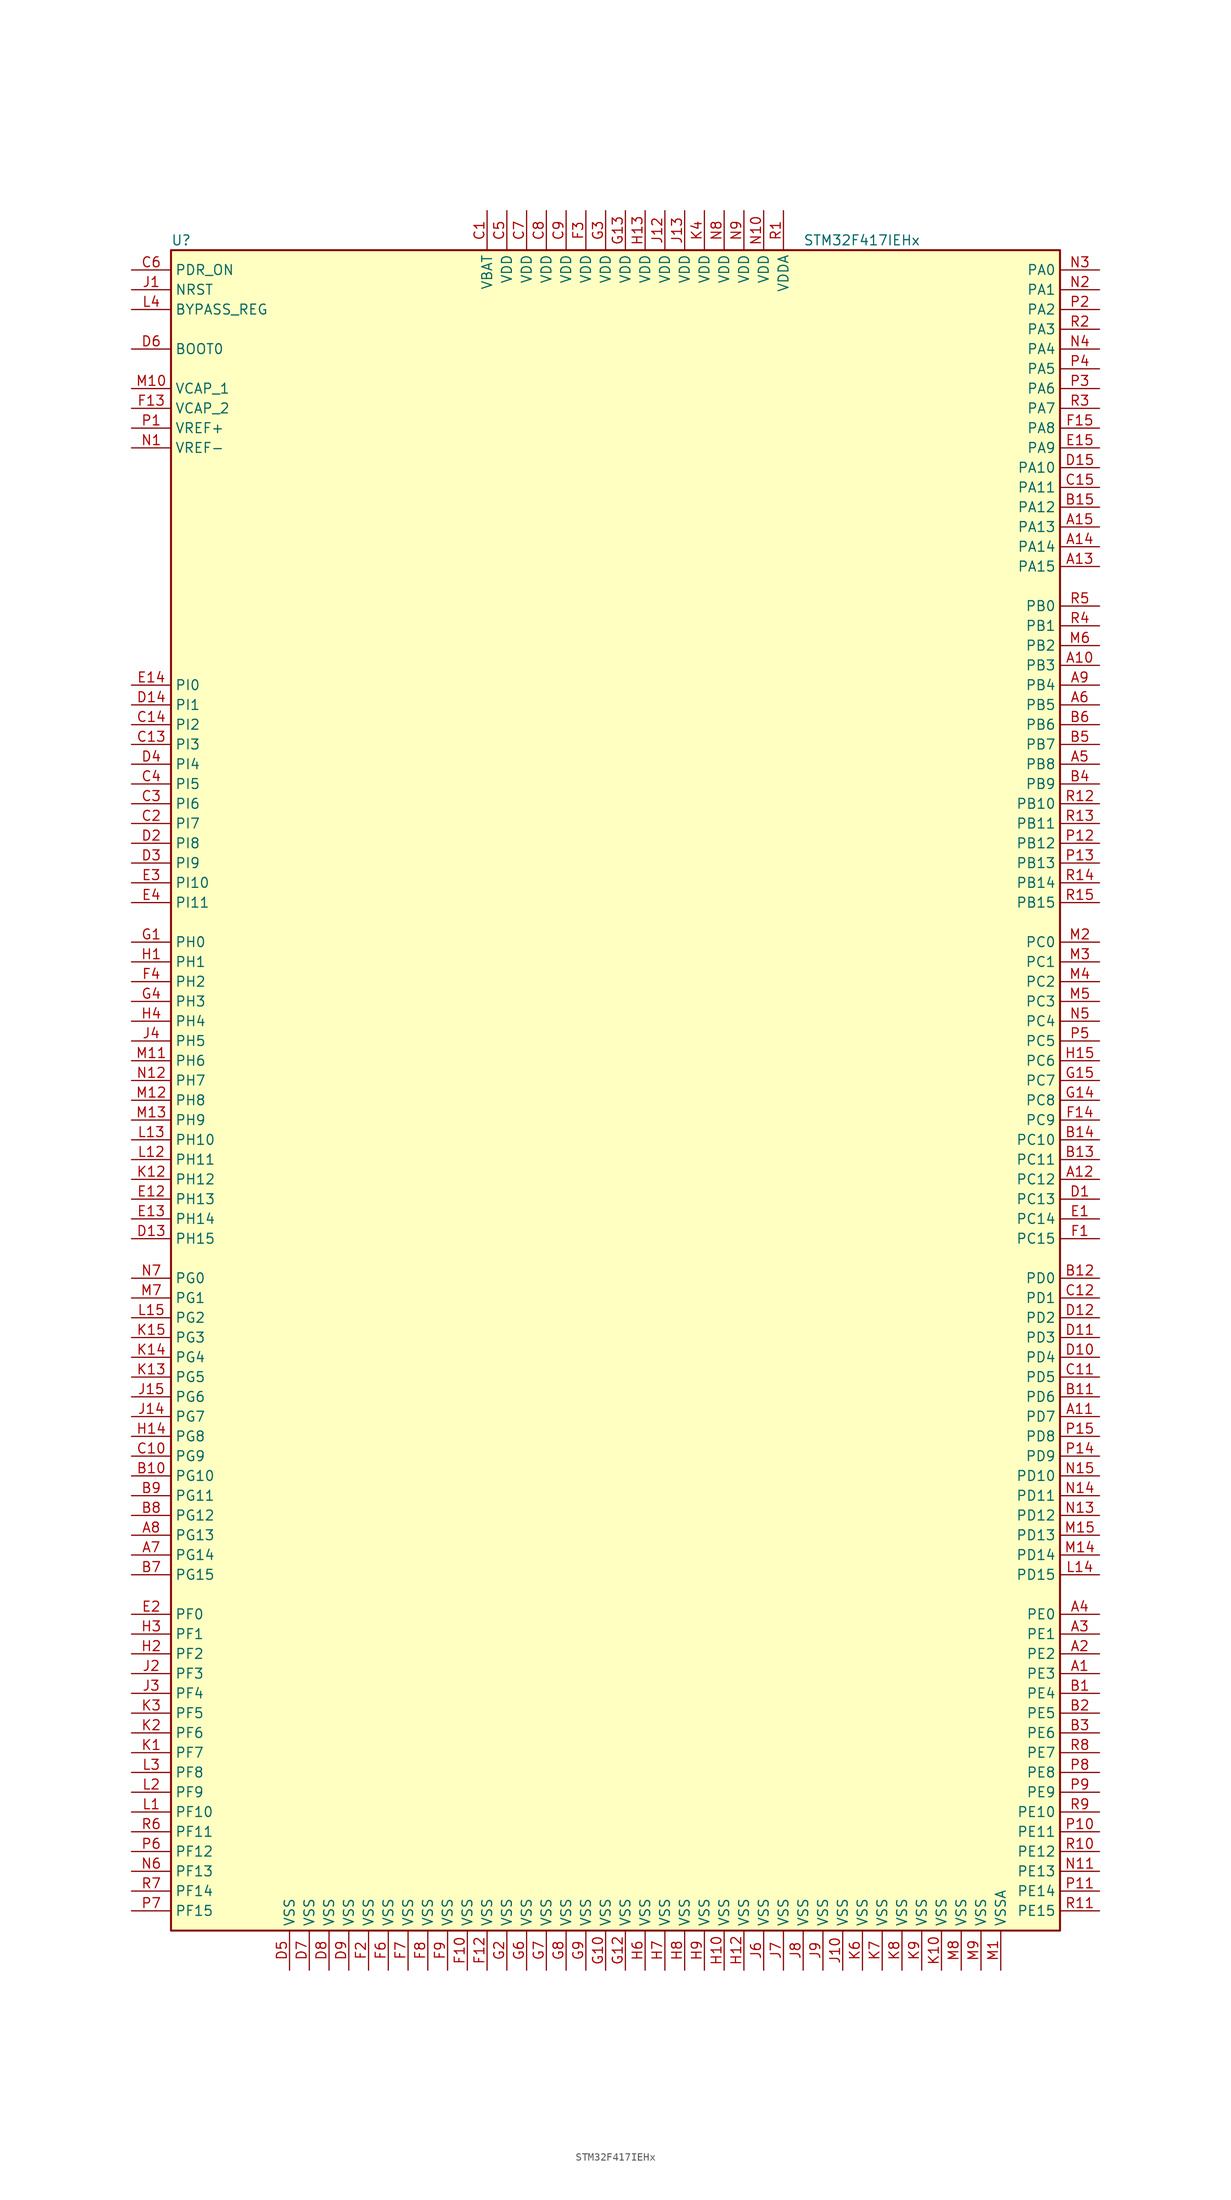
<source format=kicad_sym>
(kicad_symbol_lib
  (version 20220914)
  (generator kicad_symbol_editor)
  (symbol "STM32F417IEHx"
    (property "Reference" "U"
      (at -58.42 107.95 0)
      (effects (font (size 1.27 1.27)) (justify left)))
    (property "Value" "STM32F417IEHx"
      (at 22.86 107.95 0)
      (effects (font (size 1.27 1.27)) (justify left)))
    (symbol "STM32F417IEHx_0_1"
      (rectangle (start -58.42 -109.22) (end 55.88 106.68) (stroke (width 0.254) (type default)) (fill (type background))))
    (symbol "STM32F417IEHx_1_1"
      (pin bidirectional line (at 60.96 -76.2 180) (length 5.08) (name "PE3" (effects (font (size 1.27 1.27)))) (number "A1" (effects (font (size 1.27 1.27)))))
      (pin bidirectional line (at 60.96 53.34 180) (length 5.08) (name "PB3" (effects (font (size 1.27 1.27)))) (number "A10" (effects (font (size 1.27 1.27)))))
      (pin bidirectional line (at 60.96 -43.18 180) (length 5.08) (name "PD7" (effects (font (size 1.27 1.27)))) (number "A11" (effects (font (size 1.27 1.27)))))
      (pin bidirectional line (at 60.96 -12.7 180) (length 5.08) (name "PC12" (effects (font (size 1.27 1.27)))) (number "A12" (effects (font (size 1.27 1.27)))))
      (pin bidirectional line (at 60.96 66.04 180) (length 5.08) (name "PA15" (effects (font (size 1.27 1.27)))) (number "A13" (effects (font (size 1.27 1.27)))))
      (pin bidirectional line (at 60.96 68.58 180) (length 5.08) (name "PA14" (effects (font (size 1.27 1.27)))) (number "A14" (effects (font (size 1.27 1.27)))))
      (pin bidirectional line (at 60.96 71.12 180) (length 5.08) (name "PA13" (effects (font (size 1.27 1.27)))) (number "A15" (effects (font (size 1.27 1.27)))))
      (pin bidirectional line (at 60.96 -73.66 180) (length 5.08) (name "PE2" (effects (font (size 1.27 1.27)))) (number "A2" (effects (font (size 1.27 1.27)))))
      (pin bidirectional line (at 60.96 -71.12 180) (length 5.08) (name "PE1" (effects (font (size 1.27 1.27)))) (number "A3" (effects (font (size 1.27 1.27)))))
      (pin bidirectional line (at 60.96 -68.58 180) (length 5.08) (name "PE0" (effects (font (size 1.27 1.27)))) (number "A4" (effects (font (size 1.27 1.27)))))
      (pin bidirectional line (at 60.96 40.64 180) (length 5.08) (name "PB8" (effects (font (size 1.27 1.27)))) (number "A5" (effects (font (size 1.27 1.27)))))
      (pin bidirectional line (at 60.96 48.26 180) (length 5.08) (name "PB5" (effects (font (size 1.27 1.27)))) (number "A6" (effects (font (size 1.27 1.27)))))
      (pin bidirectional line (at -63.5 -60.96 0) (length 5.08) (name "PG14" (effects (font (size 1.27 1.27)))) (number "A7" (effects (font (size 1.27 1.27)))))
      (pin bidirectional line (at -63.5 -58.42 0) (length 5.08) (name "PG13" (effects (font (size 1.27 1.27)))) (number "A8" (effects (font (size 1.27 1.27)))))
      (pin bidirectional line (at 60.96 50.8 180) (length 5.08) (name "PB4" (effects (font (size 1.27 1.27)))) (number "A9" (effects (font (size 1.27 1.27)))))
      (pin bidirectional line (at 60.96 -78.74 180) (length 5.08) (name "PE4" (effects (font (size 1.27 1.27)))) (number "B1" (effects (font (size 1.27 1.27)))))
      (pin bidirectional line (at -63.5 -50.8 0) (length 5.08) (name "PG10" (effects (font (size 1.27 1.27)))) (number "B10" (effects (font (size 1.27 1.27)))))
      (pin bidirectional line (at 60.96 -40.64 180) (length 5.08) (name "PD6" (effects (font (size 1.27 1.27)))) (number "B11" (effects (font (size 1.27 1.27)))))
      (pin bidirectional line (at 60.96 -25.4 180) (length 5.08) (name "PD0" (effects (font (size 1.27 1.27)))) (number "B12" (effects (font (size 1.27 1.27)))))
      (pin bidirectional line (at 60.96 -10.16 180) (length 5.08) (name "PC11" (effects (font (size 1.27 1.27)))) (number "B13" (effects (font (size 1.27 1.27)))))
      (pin bidirectional line (at 60.96 -7.62 180) (length 5.08) (name "PC10" (effects (font (size 1.27 1.27)))) (number "B14" (effects (font (size 1.27 1.27)))))
      (pin bidirectional line (at 60.96 73.66 180) (length 5.08) (name "PA12" (effects (font (size 1.27 1.27)))) (number "B15" (effects (font (size 1.27 1.27)))))
      (pin bidirectional line (at 60.96 -81.28 180) (length 5.08) (name "PE5" (effects (font (size 1.27 1.27)))) (number "B2" (effects (font (size 1.27 1.27)))))
      (pin bidirectional line (at 60.96 -83.82 180) (length 5.08) (name "PE6" (effects (font (size 1.27 1.27)))) (number "B3" (effects (font (size 1.27 1.27)))))
      (pin bidirectional line (at 60.96 38.1 180) (length 5.08) (name "PB9" (effects (font (size 1.27 1.27)))) (number "B4" (effects (font (size 1.27 1.27)))))
      (pin bidirectional line (at 60.96 43.18 180) (length 5.08) (name "PB7" (effects (font (size 1.27 1.27)))) (number "B5" (effects (font (size 1.27 1.27)))))
      (pin bidirectional line (at 60.96 45.72 180) (length 5.08) (name "PB6" (effects (font (size 1.27 1.27)))) (number "B6" (effects (font (size 1.27 1.27)))))
      (pin bidirectional line (at -63.5 -63.5 0) (length 5.08) (name "PG15" (effects (font (size 1.27 1.27)))) (number "B7" (effects (font (size 1.27 1.27)))))
      (pin bidirectional line (at -63.5 -55.88 0) (length 5.08) (name "PG12" (effects (font (size 1.27 1.27)))) (number "B8" (effects (font (size 1.27 1.27)))))
      (pin bidirectional line (at -63.5 -53.34 0) (length 5.08) (name "PG11" (effects (font (size 1.27 1.27)))) (number "B9" (effects (font (size 1.27 1.27)))))
      (pin power_in line (at -17.78 111.76 270) (length 5.08) (name "VBAT" (effects (font (size 1.27 1.27)))) (number "C1" (effects (font (size 1.27 1.27)))))
      (pin bidirectional line (at -63.5 -48.26 0) (length 5.08) (name "PG9" (effects (font (size 1.27 1.27)))) (number "C10" (effects (font (size 1.27 1.27)))))
      (pin bidirectional line (at 60.96 -38.1 180) (length 5.08) (name "PD5" (effects (font (size 1.27 1.27)))) (number "C11" (effects (font (size 1.27 1.27)))))
      (pin bidirectional line (at 60.96 -27.94 180) (length 5.08) (name "PD1" (effects (font (size 1.27 1.27)))) (number "C12" (effects (font (size 1.27 1.27)))))
      (pin bidirectional line (at -63.5 43.18 0) (length 5.08) (name "PI3" (effects (font (size 1.27 1.27)))) (number "C13" (effects (font (size 1.27 1.27)))))
      (pin bidirectional line (at -63.5 45.72 0) (length 5.08) (name "PI2" (effects (font (size 1.27 1.27)))) (number "C14" (effects (font (size 1.27 1.27)))))
      (pin bidirectional line (at 60.96 76.2 180) (length 5.08) (name "PA11" (effects (font (size 1.27 1.27)))) (number "C15" (effects (font (size 1.27 1.27)))))
      (pin bidirectional line (at -63.5 33.02 0) (length 5.08) (name "PI7" (effects (font (size 1.27 1.27)))) (number "C2" (effects (font (size 1.27 1.27)))))
      (pin bidirectional line (at -63.5 35.56 0) (length 5.08) (name "PI6" (effects (font (size 1.27 1.27)))) (number "C3" (effects (font (size 1.27 1.27)))))
      (pin bidirectional line (at -63.5 38.1 0) (length 5.08) (name "PI5" (effects (font (size 1.27 1.27)))) (number "C4" (effects (font (size 1.27 1.27)))))
      (pin power_in line (at -15.24 111.76 270) (length 5.08) (name "VDD" (effects (font (size 1.27 1.27)))) (number "C5" (effects (font (size 1.27 1.27)))))
      (pin input line (at -63.5 104.14 0) (length 5.08) (name "PDR_ON" (effects (font (size 1.27 1.27)))) (number "C6" (effects (font (size 1.27 1.27)))))
      (pin power_in line (at -12.7 111.76 270) (length 5.08) (name "VDD" (effects (font (size 1.27 1.27)))) (number "C7" (effects (font (size 1.27 1.27)))))
      (pin power_in line (at -10.16 111.76 270) (length 5.08) (name "VDD" (effects (font (size 1.27 1.27)))) (number "C8" (effects (font (size 1.27 1.27)))))
      (pin power_in line (at -7.62 111.76 270) (length 5.08) (name "VDD" (effects (font (size 1.27 1.27)))) (number "C9" (effects (font (size 1.27 1.27)))))
      (pin bidirectional line (at 60.96 -15.24 180) (length 5.08) (name "PC13" (effects (font (size 1.27 1.27)))) (number "D1" (effects (font (size 1.27 1.27)))))
      (pin bidirectional line (at 60.96 -35.56 180) (length 5.08) (name "PD4" (effects (font (size 1.27 1.27)))) (number "D10" (effects (font (size 1.27 1.27)))))
      (pin bidirectional line (at 60.96 -33.02 180) (length 5.08) (name "PD3" (effects (font (size 1.27 1.27)))) (number "D11" (effects (font (size 1.27 1.27)))))
      (pin bidirectional line (at 60.96 -30.48 180) (length 5.08) (name "PD2" (effects (font (size 1.27 1.27)))) (number "D12" (effects (font (size 1.27 1.27)))))
      (pin bidirectional line (at -63.5 -20.32 0) (length 5.08) (name "PH15" (effects (font (size 1.27 1.27)))) (number "D13" (effects (font (size 1.27 1.27)))))
      (pin bidirectional line (at -63.5 48.26 0) (length 5.08) (name "PI1" (effects (font (size 1.27 1.27)))) (number "D14" (effects (font (size 1.27 1.27)))))
      (pin bidirectional line (at 60.96 78.74 180) (length 5.08) (name "PA10" (effects (font (size 1.27 1.27)))) (number "D15" (effects (font (size 1.27 1.27)))))
      (pin bidirectional line (at -63.5 30.48 0) (length 5.08) (name "PI8" (effects (font (size 1.27 1.27)))) (number "D2" (effects (font (size 1.27 1.27)))))
      (pin bidirectional line (at -63.5 27.94 0) (length 5.08) (name "PI9" (effects (font (size 1.27 1.27)))) (number "D3" (effects (font (size 1.27 1.27)))))
      (pin bidirectional line (at -63.5 40.64 0) (length 5.08) (name "PI4" (effects (font (size 1.27 1.27)))) (number "D4" (effects (font (size 1.27 1.27)))))
      (pin power_in line (at -43.18 -114.3 90) (length 5.08) (name "VSS" (effects (font (size 1.27 1.27)))) (number "D5" (effects (font (size 1.27 1.27)))))
      (pin input line (at -63.5 93.98 0) (length 5.08) (name "BOOT0" (effects (font (size 1.27 1.27)))) (number "D6" (effects (font (size 1.27 1.27)))))
      (pin power_in line (at -40.64 -114.3 90) (length 5.08) (name "VSS" (effects (font (size 1.27 1.27)))) (number "D7" (effects (font (size 1.27 1.27)))))
      (pin power_in line (at -38.1 -114.3 90) (length 5.08) (name "VSS" (effects (font (size 1.27 1.27)))) (number "D8" (effects (font (size 1.27 1.27)))))
      (pin power_in line (at -35.56 -114.3 90) (length 5.08) (name "VSS" (effects (font (size 1.27 1.27)))) (number "D9" (effects (font (size 1.27 1.27)))))
      (pin bidirectional line (at 60.96 -17.78 180) (length 5.08) (name "PC14" (effects (font (size 1.27 1.27)))) (number "E1" (effects (font (size 1.27 1.27)))))
      (pin bidirectional line (at -63.5 -15.24 0) (length 5.08) (name "PH13" (effects (font (size 1.27 1.27)))) (number "E12" (effects (font (size 1.27 1.27)))))
      (pin bidirectional line (at -63.5 -17.78 0) (length 5.08) (name "PH14" (effects (font (size 1.27 1.27)))) (number "E13" (effects (font (size 1.27 1.27)))))
      (pin bidirectional line (at -63.5 50.8 0) (length 5.08) (name "PI0" (effects (font (size 1.27 1.27)))) (number "E14" (effects (font (size 1.27 1.27)))))
      (pin bidirectional line (at 60.96 81.28 180) (length 5.08) (name "PA9" (effects (font (size 1.27 1.27)))) (number "E15" (effects (font (size 1.27 1.27)))))
      (pin bidirectional line (at -63.5 -68.58 0) (length 5.08) (name "PF0" (effects (font (size 1.27 1.27)))) (number "E2" (effects (font (size 1.27 1.27)))))
      (pin bidirectional line (at -63.5 25.4 0) (length 5.08) (name "PI10" (effects (font (size 1.27 1.27)))) (number "E3" (effects (font (size 1.27 1.27)))))
      (pin bidirectional line (at -63.5 22.86 0) (length 5.08) (name "PI11" (effects (font (size 1.27 1.27)))) (number "E4" (effects (font (size 1.27 1.27)))))
      (pin bidirectional line (at 60.96 -20.32 180) (length 5.08) (name "PC15" (effects (font (size 1.27 1.27)))) (number "F1" (effects (font (size 1.27 1.27)))))
      (pin power_in line (at -20.32 -114.3 90) (length 5.08) (name "VSS" (effects (font (size 1.27 1.27)))) (number "F10" (effects (font (size 1.27 1.27)))))
      (pin power_in line (at -17.78 -114.3 90) (length 5.08) (name "VSS" (effects (font (size 1.27 1.27)))) (number "F12" (effects (font (size 1.27 1.27)))))
      (pin power_in line (at -63.5 86.36 0) (length 5.08) (name "VCAP_2" (effects (font (size 1.27 1.27)))) (number "F13" (effects (font (size 1.27 1.27)))))
      (pin bidirectional line (at 60.96 -5.08 180) (length 5.08) (name "PC9" (effects (font (size 1.27 1.27)))) (number "F14" (effects (font (size 1.27 1.27)))))
      (pin bidirectional line (at 60.96 83.82 180) (length 5.08) (name "PA8" (effects (font (size 1.27 1.27)))) (number "F15" (effects (font (size 1.27 1.27)))))
      (pin power_in line (at -33.02 -114.3 90) (length 5.08) (name "VSS" (effects (font (size 1.27 1.27)))) (number "F2" (effects (font (size 1.27 1.27)))))
      (pin power_in line (at -5.08 111.76 270) (length 5.08) (name "VDD" (effects (font (size 1.27 1.27)))) (number "F3" (effects (font (size 1.27 1.27)))))
      (pin bidirectional line (at -63.5 12.7 0) (length 5.08) (name "PH2" (effects (font (size 1.27 1.27)))) (number "F4" (effects (font (size 1.27 1.27)))))
      (pin power_in line (at -30.48 -114.3 90) (length 5.08) (name "VSS" (effects (font (size 1.27 1.27)))) (number "F6" (effects (font (size 1.27 1.27)))))
      (pin power_in line (at -27.94 -114.3 90) (length 5.08) (name "VSS" (effects (font (size 1.27 1.27)))) (number "F7" (effects (font (size 1.27 1.27)))))
      (pin power_in line (at -25.4 -114.3 90) (length 5.08) (name "VSS" (effects (font (size 1.27 1.27)))) (number "F8" (effects (font (size 1.27 1.27)))))
      (pin power_in line (at -22.86 -114.3 90) (length 5.08) (name "VSS" (effects (font (size 1.27 1.27)))) (number "F9" (effects (font (size 1.27 1.27)))))
      (pin input line (at -63.5 17.78 0) (length 5.08) (name "PH0" (effects (font (size 1.27 1.27)))) (number "G1" (effects (font (size 1.27 1.27)))))
      (pin power_in line (at -2.54 -114.3 90) (length 5.08) (name "VSS" (effects (font (size 1.27 1.27)))) (number "G10" (effects (font (size 1.27 1.27)))))
      (pin power_in line (at 0 -114.3 90) (length 5.08) (name "VSS" (effects (font (size 1.27 1.27)))) (number "G12" (effects (font (size 1.27 1.27)))))
      (pin power_in line (at 0 111.76 270) (length 5.08) (name "VDD" (effects (font (size 1.27 1.27)))) (number "G13" (effects (font (size 1.27 1.27)))))
      (pin bidirectional line (at 60.96 -2.54 180) (length 5.08) (name "PC8" (effects (font (size 1.27 1.27)))) (number "G14" (effects (font (size 1.27 1.27)))))
      (pin bidirectional line (at 60.96 0 180) (length 5.08) (name "PC7" (effects (font (size 1.27 1.27)))) (number "G15" (effects (font (size 1.27 1.27)))))
      (pin power_in line (at -15.24 -114.3 90) (length 5.08) (name "VSS" (effects (font (size 1.27 1.27)))) (number "G2" (effects (font (size 1.27 1.27)))))
      (pin power_in line (at -2.54 111.76 270) (length 5.08) (name "VDD" (effects (font (size 1.27 1.27)))) (number "G3" (effects (font (size 1.27 1.27)))))
      (pin bidirectional line (at -63.5 10.16 0) (length 5.08) (name "PH3" (effects (font (size 1.27 1.27)))) (number "G4" (effects (font (size 1.27 1.27)))))
      (pin power_in line (at -12.7 -114.3 90) (length 5.08) (name "VSS" (effects (font (size 1.27 1.27)))) (number "G6" (effects (font (size 1.27 1.27)))))
      (pin power_in line (at -10.16 -114.3 90) (length 5.08) (name "VSS" (effects (font (size 1.27 1.27)))) (number "G7" (effects (font (size 1.27 1.27)))))
      (pin power_in line (at -7.62 -114.3 90) (length 5.08) (name "VSS" (effects (font (size 1.27 1.27)))) (number "G8" (effects (font (size 1.27 1.27)))))
      (pin power_in line (at -5.08 -114.3 90) (length 5.08) (name "VSS" (effects (font (size 1.27 1.27)))) (number "G9" (effects (font (size 1.27 1.27)))))
      (pin input line (at -63.5 15.24 0) (length 5.08) (name "PH1" (effects (font (size 1.27 1.27)))) (number "H1" (effects (font (size 1.27 1.27)))))
      (pin power_in line (at 12.7 -114.3 90) (length 5.08) (name "VSS" (effects (font (size 1.27 1.27)))) (number "H10" (effects (font (size 1.27 1.27)))))
      (pin power_in line (at 15.24 -114.3 90) (length 5.08) (name "VSS" (effects (font (size 1.27 1.27)))) (number "H12" (effects (font (size 1.27 1.27)))))
      (pin power_in line (at 2.54 111.76 270) (length 5.08) (name "VDD" (effects (font (size 1.27 1.27)))) (number "H13" (effects (font (size 1.27 1.27)))))
      (pin bidirectional line (at -63.5 -45.72 0) (length 5.08) (name "PG8" (effects (font (size 1.27 1.27)))) (number "H14" (effects (font (size 1.27 1.27)))))
      (pin bidirectional line (at 60.96 2.54 180) (length 5.08) (name "PC6" (effects (font (size 1.27 1.27)))) (number "H15" (effects (font (size 1.27 1.27)))))
      (pin bidirectional line (at -63.5 -73.66 0) (length 5.08) (name "PF2" (effects (font (size 1.27 1.27)))) (number "H2" (effects (font (size 1.27 1.27)))))
      (pin bidirectional line (at -63.5 -71.12 0) (length 5.08) (name "PF1" (effects (font (size 1.27 1.27)))) (number "H3" (effects (font (size 1.27 1.27)))))
      (pin bidirectional line (at -63.5 7.62 0) (length 5.08) (name "PH4" (effects (font (size 1.27 1.27)))) (number "H4" (effects (font (size 1.27 1.27)))))
      (pin power_in line (at 2.54 -114.3 90) (length 5.08) (name "VSS" (effects (font (size 1.27 1.27)))) (number "H6" (effects (font (size 1.27 1.27)))))
      (pin power_in line (at 5.08 -114.3 90) (length 5.08) (name "VSS" (effects (font (size 1.27 1.27)))) (number "H7" (effects (font (size 1.27 1.27)))))
      (pin power_in line (at 7.62 -114.3 90) (length 5.08) (name "VSS" (effects (font (size 1.27 1.27)))) (number "H8" (effects (font (size 1.27 1.27)))))
      (pin power_in line (at 10.16 -114.3 90) (length 5.08) (name "VSS" (effects (font (size 1.27 1.27)))) (number "H9" (effects (font (size 1.27 1.27)))))
      (pin input line (at -63.5 101.6 0) (length 5.08) (name "NRST" (effects (font (size 1.27 1.27)))) (number "J1" (effects (font (size 1.27 1.27)))))
      (pin power_in line (at 27.94 -114.3 90) (length 5.08) (name "VSS" (effects (font (size 1.27 1.27)))) (number "J10" (effects (font (size 1.27 1.27)))))
      (pin power_in line (at 5.08 111.76 270) (length 5.08) (name "VDD" (effects (font (size 1.27 1.27)))) (number "J12" (effects (font (size 1.27 1.27)))))
      (pin power_in line (at 7.62 111.76 270) (length 5.08) (name "VDD" (effects (font (size 1.27 1.27)))) (number "J13" (effects (font (size 1.27 1.27)))))
      (pin bidirectional line (at -63.5 -43.18 0) (length 5.08) (name "PG7" (effects (font (size 1.27 1.27)))) (number "J14" (effects (font (size 1.27 1.27)))))
      (pin bidirectional line (at -63.5 -40.64 0) (length 5.08) (name "PG6" (effects (font (size 1.27 1.27)))) (number "J15" (effects (font (size 1.27 1.27)))))
      (pin bidirectional line (at -63.5 -76.2 0) (length 5.08) (name "PF3" (effects (font (size 1.27 1.27)))) (number "J2" (effects (font (size 1.27 1.27)))))
      (pin bidirectional line (at -63.5 -78.74 0) (length 5.08) (name "PF4" (effects (font (size 1.27 1.27)))) (number "J3" (effects (font (size 1.27 1.27)))))
      (pin bidirectional line (at -63.5 5.08 0) (length 5.08) (name "PH5" (effects (font (size 1.27 1.27)))) (number "J4" (effects (font (size 1.27 1.27)))))
      (pin power_in line (at 17.78 -114.3 90) (length 5.08) (name "VSS" (effects (font (size 1.27 1.27)))) (number "J6" (effects (font (size 1.27 1.27)))))
      (pin power_in line (at 20.32 -114.3 90) (length 5.08) (name "VSS" (effects (font (size 1.27 1.27)))) (number "J7" (effects (font (size 1.27 1.27)))))
      (pin power_in line (at 22.86 -114.3 90) (length 5.08) (name "VSS" (effects (font (size 1.27 1.27)))) (number "J8" (effects (font (size 1.27 1.27)))))
      (pin power_in line (at 25.4 -114.3 90) (length 5.08) (name "VSS" (effects (font (size 1.27 1.27)))) (number "J9" (effects (font (size 1.27 1.27)))))
      (pin bidirectional line (at -63.5 -86.36 0) (length 5.08) (name "PF7" (effects (font (size 1.27 1.27)))) (number "K1" (effects (font (size 1.27 1.27)))))
      (pin power_in line (at 40.64 -114.3 90) (length 5.08) (name "VSS" (effects (font (size 1.27 1.27)))) (number "K10" (effects (font (size 1.27 1.27)))))
      (pin bidirectional line (at -63.5 -12.7 0) (length 5.08) (name "PH12" (effects (font (size 1.27 1.27)))) (number "K12" (effects (font (size 1.27 1.27)))))
      (pin bidirectional line (at -63.5 -38.1 0) (length 5.08) (name "PG5" (effects (font (size 1.27 1.27)))) (number "K13" (effects (font (size 1.27 1.27)))))
      (pin bidirectional line (at -63.5 -35.56 0) (length 5.08) (name "PG4" (effects (font (size 1.27 1.27)))) (number "K14" (effects (font (size 1.27 1.27)))))
      (pin bidirectional line (at -63.5 -33.02 0) (length 5.08) (name "PG3" (effects (font (size 1.27 1.27)))) (number "K15" (effects (font (size 1.27 1.27)))))
      (pin bidirectional line (at -63.5 -83.82 0) (length 5.08) (name "PF6" (effects (font (size 1.27 1.27)))) (number "K2" (effects (font (size 1.27 1.27)))))
      (pin bidirectional line (at -63.5 -81.28 0) (length 5.08) (name "PF5" (effects (font (size 1.27 1.27)))) (number "K3" (effects (font (size 1.27 1.27)))))
      (pin power_in line (at 10.16 111.76 270) (length 5.08) (name "VDD" (effects (font (size 1.27 1.27)))) (number "K4" (effects (font (size 1.27 1.27)))))
      (pin power_in line (at 30.48 -114.3 90) (length 5.08) (name "VSS" (effects (font (size 1.27 1.27)))) (number "K6" (effects (font (size 1.27 1.27)))))
      (pin power_in line (at 33.02 -114.3 90) (length 5.08) (name "VSS" (effects (font (size 1.27 1.27)))) (number "K7" (effects (font (size 1.27 1.27)))))
      (pin power_in line (at 35.56 -114.3 90) (length 5.08) (name "VSS" (effects (font (size 1.27 1.27)))) (number "K8" (effects (font (size 1.27 1.27)))))
      (pin power_in line (at 38.1 -114.3 90) (length 5.08) (name "VSS" (effects (font (size 1.27 1.27)))) (number "K9" (effects (font (size 1.27 1.27)))))
      (pin bidirectional line (at -63.5 -93.98 0) (length 5.08) (name "PF10" (effects (font (size 1.27 1.27)))) (number "L1" (effects (font (size 1.27 1.27)))))
      (pin bidirectional line (at -63.5 -10.16 0) (length 5.08) (name "PH11" (effects (font (size 1.27 1.27)))) (number "L12" (effects (font (size 1.27 1.27)))))
      (pin bidirectional line (at -63.5 -7.62 0) (length 5.08) (name "PH10" (effects (font (size 1.27 1.27)))) (number "L13" (effects (font (size 1.27 1.27)))))
      (pin bidirectional line (at 60.96 -63.5 180) (length 5.08) (name "PD15" (effects (font (size 1.27 1.27)))) (number "L14" (effects (font (size 1.27 1.27)))))
      (pin bidirectional line (at -63.5 -30.48 0) (length 5.08) (name "PG2" (effects (font (size 1.27 1.27)))) (number "L15" (effects (font (size 1.27 1.27)))))
      (pin bidirectional line (at -63.5 -91.44 0) (length 5.08) (name "PF9" (effects (font (size 1.27 1.27)))) (number "L2" (effects (font (size 1.27 1.27)))))
      (pin bidirectional line (at -63.5 -88.9 0) (length 5.08) (name "PF8" (effects (font (size 1.27 1.27)))) (number "L3" (effects (font (size 1.27 1.27)))))
      (pin input line (at -63.5 99.06 0) (length 5.08) (name "BYPASS_REG" (effects (font (size 1.27 1.27)))) (number "L4" (effects (font (size 1.27 1.27)))))
      (pin power_in line (at 48.26 -114.3 90) (length 5.08) (name "VSSA" (effects (font (size 1.27 1.27)))) (number "M1" (effects (font (size 1.27 1.27)))))
      (pin power_in line (at -63.5 88.9 0) (length 5.08) (name "VCAP_1" (effects (font (size 1.27 1.27)))) (number "M10" (effects (font (size 1.27 1.27)))))
      (pin bidirectional line (at -63.5 2.54 0) (length 5.08) (name "PH6" (effects (font (size 1.27 1.27)))) (number "M11" (effects (font (size 1.27 1.27)))))
      (pin bidirectional line (at -63.5 -2.54 0) (length 5.08) (name "PH8" (effects (font (size 1.27 1.27)))) (number "M12" (effects (font (size 1.27 1.27)))))
      (pin bidirectional line (at -63.5 -5.08 0) (length 5.08) (name "PH9" (effects (font (size 1.27 1.27)))) (number "M13" (effects (font (size 1.27 1.27)))))
      (pin bidirectional line (at 60.96 -60.96 180) (length 5.08) (name "PD14" (effects (font (size 1.27 1.27)))) (number "M14" (effects (font (size 1.27 1.27)))))
      (pin bidirectional line (at 60.96 -58.42 180) (length 5.08) (name "PD13" (effects (font (size 1.27 1.27)))) (number "M15" (effects (font (size 1.27 1.27)))))
      (pin bidirectional line (at 60.96 17.78 180) (length 5.08) (name "PC0" (effects (font (size 1.27 1.27)))) (number "M2" (effects (font (size 1.27 1.27)))))
      (pin bidirectional line (at 60.96 15.24 180) (length 5.08) (name "PC1" (effects (font (size 1.27 1.27)))) (number "M3" (effects (font (size 1.27 1.27)))))
      (pin bidirectional line (at 60.96 12.7 180) (length 5.08) (name "PC2" (effects (font (size 1.27 1.27)))) (number "M4" (effects (font (size 1.27 1.27)))))
      (pin bidirectional line (at 60.96 10.16 180) (length 5.08) (name "PC3" (effects (font (size 1.27 1.27)))) (number "M5" (effects (font (size 1.27 1.27)))))
      (pin bidirectional line (at 60.96 55.88 180) (length 5.08) (name "PB2" (effects (font (size 1.27 1.27)))) (number "M6" (effects (font (size 1.27 1.27)))))
      (pin bidirectional line (at -63.5 -27.94 0) (length 5.08) (name "PG1" (effects (font (size 1.27 1.27)))) (number "M7" (effects (font (size 1.27 1.27)))))
      (pin power_in line (at 43.18 -114.3 90) (length 5.08) (name "VSS" (effects (font (size 1.27 1.27)))) (number "M8" (effects (font (size 1.27 1.27)))))
      (pin power_in line (at 45.72 -114.3 90) (length 5.08) (name "VSS" (effects (font (size 1.27 1.27)))) (number "M9" (effects (font (size 1.27 1.27)))))
      (pin power_in line (at -63.5 81.28 0) (length 5.08) (name "VREF-" (effects (font (size 1.27 1.27)))) (number "N1" (effects (font (size 1.27 1.27)))))
      (pin power_in line (at 17.78 111.76 270) (length 5.08) (name "VDD" (effects (font (size 1.27 1.27)))) (number "N10" (effects (font (size 1.27 1.27)))))
      (pin bidirectional line (at 60.96 -101.6 180) (length 5.08) (name "PE13" (effects (font (size 1.27 1.27)))) (number "N11" (effects (font (size 1.27 1.27)))))
      (pin bidirectional line (at -63.5 0 0) (length 5.08) (name "PH7" (effects (font (size 1.27 1.27)))) (number "N12" (effects (font (size 1.27 1.27)))))
      (pin bidirectional line (at 60.96 -55.88 180) (length 5.08) (name "PD12" (effects (font (size 1.27 1.27)))) (number "N13" (effects (font (size 1.27 1.27)))))
      (pin bidirectional line (at 60.96 -53.34 180) (length 5.08) (name "PD11" (effects (font (size 1.27 1.27)))) (number "N14" (effects (font (size 1.27 1.27)))))
      (pin bidirectional line (at 60.96 -50.8 180) (length 5.08) (name "PD10" (effects (font (size 1.27 1.27)))) (number "N15" (effects (font (size 1.27 1.27)))))
      (pin bidirectional line (at 60.96 101.6 180) (length 5.08) (name "PA1" (effects (font (size 1.27 1.27)))) (number "N2" (effects (font (size 1.27 1.27)))))
      (pin bidirectional line (at 60.96 104.14 180) (length 5.08) (name "PA0" (effects (font (size 1.27 1.27)))) (number "N3" (effects (font (size 1.27 1.27)))))
      (pin bidirectional line (at 60.96 93.98 180) (length 5.08) (name "PA4" (effects (font (size 1.27 1.27)))) (number "N4" (effects (font (size 1.27 1.27)))))
      (pin bidirectional line (at 60.96 7.62 180) (length 5.08) (name "PC4" (effects (font (size 1.27 1.27)))) (number "N5" (effects (font (size 1.27 1.27)))))
      (pin bidirectional line (at -63.5 -101.6 0) (length 5.08) (name "PF13" (effects (font (size 1.27 1.27)))) (number "N6" (effects (font (size 1.27 1.27)))))
      (pin bidirectional line (at -63.5 -25.4 0) (length 5.08) (name "PG0" (effects (font (size 1.27 1.27)))) (number "N7" (effects (font (size 1.27 1.27)))))
      (pin power_in line (at 12.7 111.76 270) (length 5.08) (name "VDD" (effects (font (size 1.27 1.27)))) (number "N8" (effects (font (size 1.27 1.27)))))
      (pin power_in line (at 15.24 111.76 270) (length 5.08) (name "VDD" (effects (font (size 1.27 1.27)))) (number "N9" (effects (font (size 1.27 1.27)))))
      (pin power_in line (at -63.5 83.82 0) (length 5.08) (name "VREF+" (effects (font (size 1.27 1.27)))) (number "P1" (effects (font (size 1.27 1.27)))))
      (pin bidirectional line (at 60.96 -96.52 180) (length 5.08) (name "PE11" (effects (font (size 1.27 1.27)))) (number "P10" (effects (font (size 1.27 1.27)))))
      (pin bidirectional line (at 60.96 -104.14 180) (length 5.08) (name "PE14" (effects (font (size 1.27 1.27)))) (number "P11" (effects (font (size 1.27 1.27)))))
      (pin bidirectional line (at 60.96 30.48 180) (length 5.08) (name "PB12" (effects (font (size 1.27 1.27)))) (number "P12" (effects (font (size 1.27 1.27)))))
      (pin bidirectional line (at 60.96 27.94 180) (length 5.08) (name "PB13" (effects (font (size 1.27 1.27)))) (number "P13" (effects (font (size 1.27 1.27)))))
      (pin bidirectional line (at 60.96 -48.26 180) (length 5.08) (name "PD9" (effects (font (size 1.27 1.27)))) (number "P14" (effects (font (size 1.27 1.27)))))
      (pin bidirectional line (at 60.96 -45.72 180) (length 5.08) (name "PD8" (effects (font (size 1.27 1.27)))) (number "P15" (effects (font (size 1.27 1.27)))))
      (pin bidirectional line (at 60.96 99.06 180) (length 5.08) (name "PA2" (effects (font (size 1.27 1.27)))) (number "P2" (effects (font (size 1.27 1.27)))))
      (pin bidirectional line (at 60.96 88.9 180) (length 5.08) (name "PA6" (effects (font (size 1.27 1.27)))) (number "P3" (effects (font (size 1.27 1.27)))))
      (pin bidirectional line (at 60.96 91.44 180) (length 5.08) (name "PA5" (effects (font (size 1.27 1.27)))) (number "P4" (effects (font (size 1.27 1.27)))))
      (pin bidirectional line (at 60.96 5.08 180) (length 5.08) (name "PC5" (effects (font (size 1.27 1.27)))) (number "P5" (effects (font (size 1.27 1.27)))))
      (pin bidirectional line (at -63.5 -99.06 0) (length 5.08) (name "PF12" (effects (font (size 1.27 1.27)))) (number "P6" (effects (font (size 1.27 1.27)))))
      (pin bidirectional line (at -63.5 -106.68 0) (length 5.08) (name "PF15" (effects (font (size 1.27 1.27)))) (number "P7" (effects (font (size 1.27 1.27)))))
      (pin bidirectional line (at 60.96 -88.9 180) (length 5.08) (name "PE8" (effects (font (size 1.27 1.27)))) (number "P8" (effects (font (size 1.27 1.27)))))
      (pin bidirectional line (at 60.96 -91.44 180) (length 5.08) (name "PE9" (effects (font (size 1.27 1.27)))) (number "P9" (effects (font (size 1.27 1.27)))))
      (pin power_in line (at 20.32 111.76 270) (length 5.08) (name "VDDA" (effects (font (size 1.27 1.27)))) (number "R1" (effects (font (size 1.27 1.27)))))
      (pin bidirectional line (at 60.96 -99.06 180) (length 5.08) (name "PE12" (effects (font (size 1.27 1.27)))) (number "R10" (effects (font (size 1.27 1.27)))))
      (pin bidirectional line (at 60.96 -106.68 180) (length 5.08) (name "PE15" (effects (font (size 1.27 1.27)))) (number "R11" (effects (font (size 1.27 1.27)))))
      (pin bidirectional line (at 60.96 35.56 180) (length 5.08) (name "PB10" (effects (font (size 1.27 1.27)))) (number "R12" (effects (font (size 1.27 1.27)))))
      (pin bidirectional line (at 60.96 33.02 180) (length 5.08) (name "PB11" (effects (font (size 1.27 1.27)))) (number "R13" (effects (font (size 1.27 1.27)))))
      (pin bidirectional line (at 60.96 25.4 180) (length 5.08) (name "PB14" (effects (font (size 1.27 1.27)))) (number "R14" (effects (font (size 1.27 1.27)))))
      (pin bidirectional line (at 60.96 22.86 180) (length 5.08) (name "PB15" (effects (font (size 1.27 1.27)))) (number "R15" (effects (font (size 1.27 1.27)))))
      (pin bidirectional line (at 60.96 96.52 180) (length 5.08) (name "PA3" (effects (font (size 1.27 1.27)))) (number "R2" (effects (font (size 1.27 1.27)))))
      (pin bidirectional line (at 60.96 86.36 180) (length 5.08) (name "PA7" (effects (font (size 1.27 1.27)))) (number "R3" (effects (font (size 1.27 1.27)))))
      (pin bidirectional line (at 60.96 58.42 180) (length 5.08) (name "PB1" (effects (font (size 1.27 1.27)))) (number "R4" (effects (font (size 1.27 1.27)))))
      (pin bidirectional line (at 60.96 60.96 180) (length 5.08) (name "PB0" (effects (font (size 1.27 1.27)))) (number "R5" (effects (font (size 1.27 1.27)))))
      (pin bidirectional line (at -63.5 -96.52 0) (length 5.08) (name "PF11" (effects (font (size 1.27 1.27)))) (number "R6" (effects (font (size 1.27 1.27)))))
      (pin bidirectional line (at -63.5 -104.14 0) (length 5.08) (name "PF14" (effects (font (size 1.27 1.27)))) (number "R7" (effects (font (size 1.27 1.27)))))
      (pin bidirectional line (at 60.96 -86.36 180) (length 5.08) (name "PE7" (effects (font (size 1.27 1.27)))) (number "R8" (effects (font (size 1.27 1.27)))))
      (pin bidirectional line (at 60.96 -93.98 180) (length 5.08) (name "PE10" (effects (font (size 1.27 1.27)))) (number "R9" (effects (font (size 1.27 1.27))))))))
</source>
